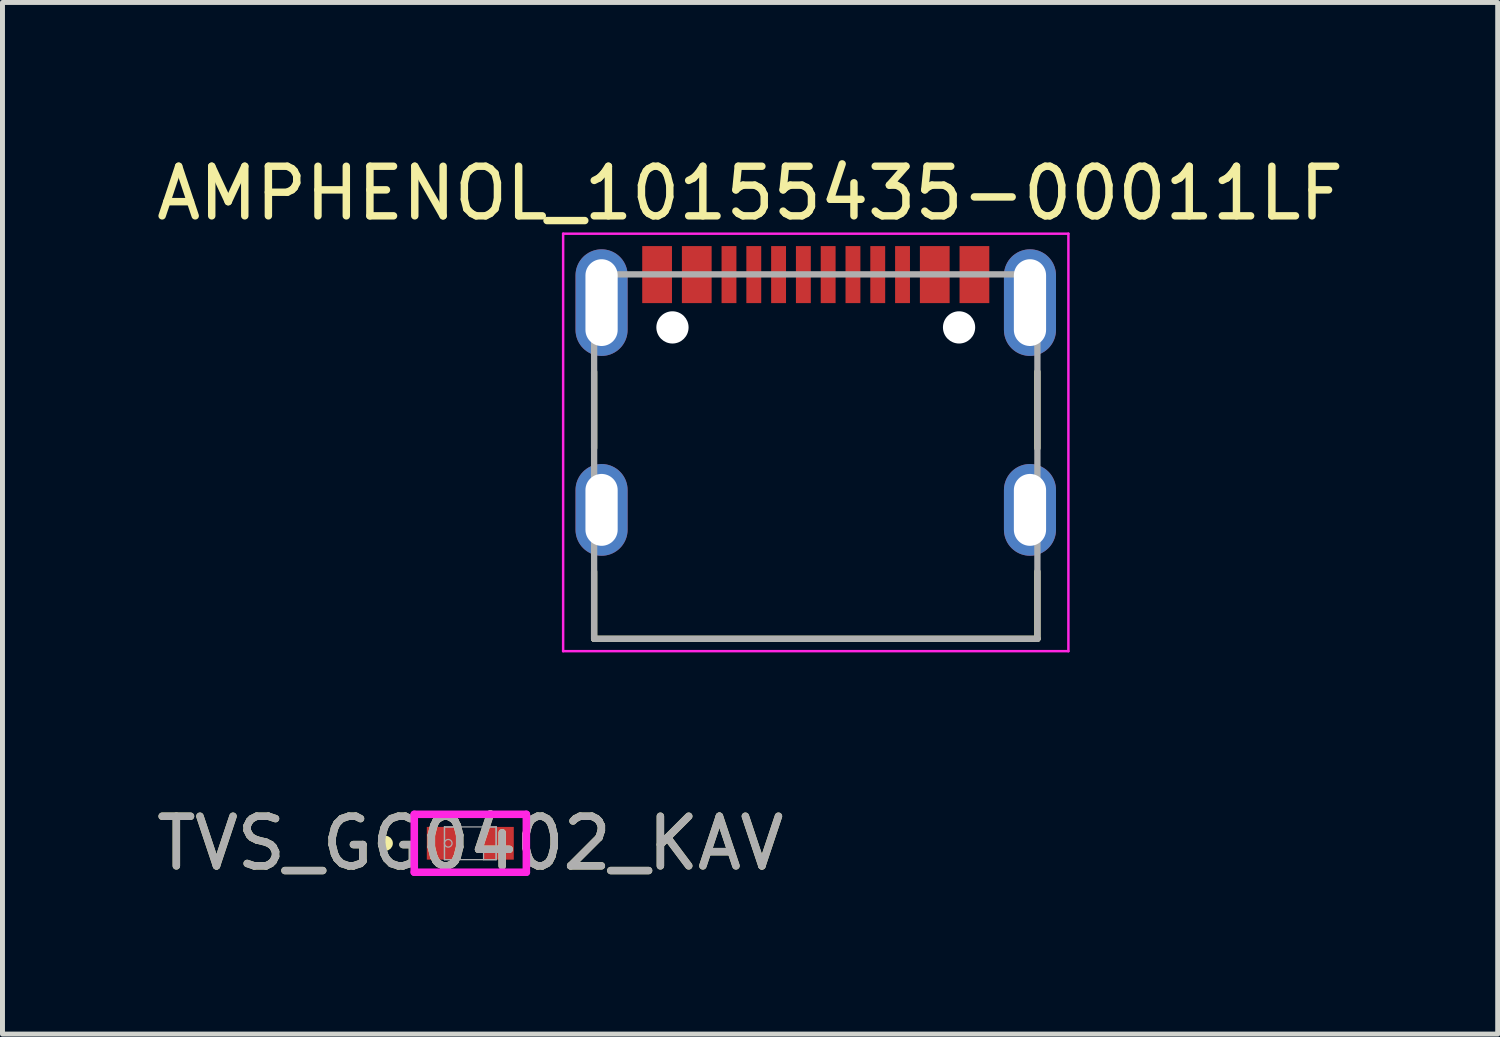
<source format=kicad_pcb>
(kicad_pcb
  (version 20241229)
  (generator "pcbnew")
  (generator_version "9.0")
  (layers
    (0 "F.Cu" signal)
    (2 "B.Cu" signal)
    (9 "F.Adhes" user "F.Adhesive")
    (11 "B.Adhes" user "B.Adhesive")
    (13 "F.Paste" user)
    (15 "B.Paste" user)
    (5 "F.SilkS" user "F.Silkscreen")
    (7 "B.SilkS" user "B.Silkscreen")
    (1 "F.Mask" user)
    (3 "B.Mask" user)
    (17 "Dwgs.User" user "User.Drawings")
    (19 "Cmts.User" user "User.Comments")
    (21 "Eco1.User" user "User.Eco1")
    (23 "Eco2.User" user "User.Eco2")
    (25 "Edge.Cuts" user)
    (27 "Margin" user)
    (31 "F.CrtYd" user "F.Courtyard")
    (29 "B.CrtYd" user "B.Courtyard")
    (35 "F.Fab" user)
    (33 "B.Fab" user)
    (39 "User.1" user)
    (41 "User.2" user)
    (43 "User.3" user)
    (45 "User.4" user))
  (footprint "TVS_GG0402_KAV"
    (layer "F.Cu")
    (at 6.435 13.957)
    (property "Reference" "TVS_GG0402_KAV" (at 0 0 0) (unlocked yes) (layer "F.SilkS") (effects (font (size 1 1) (thickness 0.15))))
    (attr smd)
    (fp_circle (center -1.714 0) (end -1.638 0) (stroke (width 0.152) (type solid)) (fill no) (layer "F.SilkS"))
    (fp_line (start -1.13 -0.584) (end 1.13 -0.584) (stroke (width 0.152) (type solid)) (layer "F.CrtYd"))
    (fp_line (start -1.13 0.584) (end -1.13 -0.584) (stroke (width 0.152) (type solid)) (layer "F.CrtYd"))
    (fp_line (start 1.13 -0.584) (end 1.13 0.584) (stroke (width 0.152) (type solid)) (layer "F.CrtYd"))
    (fp_line (start 1.13 0.584) (end -1.13 0.584) (stroke (width 0.152) (type solid)) (layer "F.CrtYd"))
    (fp_line (start -0.521 -0.33) (end -0.521 0.33) (stroke (width 0.025) (type solid)) (layer "F.Fab"))
    (fp_line (start -0.521 -0.33) (end -0.521 0.33) (stroke (width 0.025) (type solid)) (layer "F.Fab"))
    (fp_line (start -0.521 0.33) (end -0.267 0.33) (stroke (width 0.025) (type solid)) (layer "F.Fab"))
    (fp_line (start -0.521 0.33) (end 0.521 0.33) (stroke (width 0.025) (type solid)) (layer "F.Fab"))
    (fp_line (start -0.267 -0.33) (end -0.521 -0.33) (stroke (width 0.025) (type solid)) (layer "F.Fab"))
    (fp_line (start -0.267 0.33) (end -0.267 -0.33) (stroke (width 0.025) (type solid)) (layer "F.Fab"))
    (fp_line (start 0.267 -0.33) (end 0.267 0.33) (stroke (width 0.025) (type solid)) (layer "F.Fab"))
    (fp_line (start 0.267 0.33) (end 0.521 0.33) (stroke (width 0.025) (type solid)) (layer "F.Fab"))
    (fp_line (start 0.521 -0.33) (end -0.521 -0.33) (stroke (width 0.025) (type solid)) (layer "F.Fab"))
    (fp_line (start 0.521 -0.33) (end 0.267 -0.33) (stroke (width 0.025) (type solid)) (layer "F.Fab"))
    (fp_line (start 0.521 0.33) (end 0.521 -0.33) (stroke (width 0.025) (type solid)) (layer "F.Fab"))
    (fp_line (start 0.521 0.33) (end 0.521 -0.33) (stroke (width 0.025) (type solid)) (layer "F.Fab"))
    (fp_circle (center -0.445 0) (end -0.368 0) (stroke (width 0.025) (type solid)) (fill no) (layer "F.Fab"))
    (fp_text user "${REFERENCE}" (at 0 0 0) (unlocked yes) (layer "F.Fab") (effects (font (size 1 1) (thickness 0.15))))
    (pad "1" smd rect (at -0.572 0) (size 0.61 0.66) (layers "F.Cu" "F.Mask" "F.Paste"))
    (pad "2" smd rect (at 0.572 0) (size 0.61 0.66) (layers "F.Cu" "F.Mask" "F.Paste"))
    (zone (net_name "") (layer "F.Cu") (hatch full 0.508) (connect_pads) (min_thickness 0.254) (filled_areas_thickness no) (keepout (tracks not_allowed) (vias not_allowed) (pads allowed) (copperpour not_allowed) (footprints allowed)) (placement (enabled no)) (fill) (polygon (pts (xy 6.219 13.677) (xy 6.65 13.677) (xy 6.65 14.236) (xy 6.219 14.236)))))
  (footprint "AMPHENOL_10155435-00011LF"
    (layer "F.Cu")
    (at 13.402 7.233)
    (property "Reference" "AMPHENOL_10155435-00011LF" (at -1.325 -6.385 0) (layer "F.SilkS") (effects (font (size 1 1) (thickness 0.15))))
    (attr smd)
    (fp_line (start -4.47 -2.785) (end -4.47 -1.245) (stroke (width 0.127) (type solid)) (layer "F.SilkS"))
    (fp_line (start -4.47 2.6) (end -4.47 1.245) (stroke (width 0.127) (type solid)) (layer "F.SilkS"))
    (fp_line (start 4.47 -2.785) (end 4.47 -1.245) (stroke (width 0.127) (type solid)) (layer "F.SilkS"))
    (fp_line (start 4.47 2.6) (end -4.47 2.6) (stroke (width 0.127) (type solid)) (layer "F.SilkS"))
    (fp_line (start 4.47 2.6) (end 4.47 1.245) (stroke (width 0.127) (type solid)) (layer "F.SilkS"))
    (fp_line (start -5.095 -5.57) (end -5.095 2.85) (stroke (width 0.05) (type solid)) (layer "F.CrtYd"))
    (fp_line (start -5.095 2.85) (end 5.095 2.85) (stroke (width 0.05) (type solid)) (layer "F.CrtYd"))
    (fp_line (start 5.095 -5.57) (end -5.095 -5.57) (stroke (width 0.05) (type solid)) (layer "F.CrtYd"))
    (fp_line (start 5.095 2.85) (end 5.095 -5.57) (stroke (width 0.05) (type solid)) (layer "F.CrtYd"))
    (fp_line (start -4.47 -4.75) (end 4.47 -4.75) (stroke (width 0.127) (type solid)) (layer "F.Fab"))
    (fp_line (start -4.47 2.6) (end -4.47 -4.75) (stroke (width 0.127) (type solid)) (layer "F.Fab"))
    (fp_line (start 4.47 -4.75) (end 4.47 2.6) (stroke (width 0.127) (type solid)) (layer "F.Fab"))
    (fp_line (start 4.47 2.6) (end -4.47 2.6) (stroke (width 0.127) (type solid)) (layer "F.Fab"))
    (pad "" np_thru_hole circle (at -2.89 -3.68) (size 0.65 0.65) (drill 0.65) (layers "*.Cu" "*.Mask"))
    (pad "" np_thru_hole circle (at 2.89 -3.68) (size 0.65 0.65) (drill 0.65) (layers "*.Cu" "*.Mask"))
    (pad "A1_B12" smd rect (at -3.2 -4.745) (size 0.6 1.15) (layers "F.Cu" "F.Mask" "F.Paste"))
    (pad "A4_B9" smd rect (at -2.4 -4.745) (size 0.6 1.15) (layers "F.Cu" "F.Mask" "F.Paste"))
    (pad "A5" smd rect (at -1.25 -4.745) (size 0.3 1.15) (layers "F.Cu" "F.Mask" "F.Paste"))
    (pad "A6" smd rect (at -0.25 -4.745) (size 0.3 1.15) (layers "F.Cu" "F.Mask" "F.Paste"))
    (pad "A7" smd rect (at 0.25 -4.745) (size 0.3 1.15) (layers "F.Cu" "F.Mask" "F.Paste"))
    (pad "A8" smd rect (at 1.25 -4.745) (size 0.3 1.15) (layers "F.Cu" "F.Mask" "F.Paste"))
    (pad "B1_A12" smd rect (at 3.2 -4.745) (size 0.6 1.15) (layers "F.Cu" "F.Mask" "F.Paste"))
    (pad "B4_A9" smd rect (at 2.4 -4.745) (size 0.6 1.15) (layers "F.Cu" "F.Mask" "F.Paste"))
    (pad "B5" smd rect (at 1.75 -4.745) (size 0.3 1.15) (layers "F.Cu" "F.Mask" "F.Paste"))
    (pad "B6" smd rect (at 0.75 -4.745) (size 0.3 1.15) (layers "F.Cu" "F.Mask" "F.Paste"))
    (pad "B7" smd rect (at -0.75 -4.745) (size 0.3 1.15) (layers "F.Cu" "F.Mask" "F.Paste"))
    (pad "B8" smd rect (at -1.75 -4.745) (size 0.3 1.15) (layers "F.Cu" "F.Mask" "F.Paste"))
    (pad "SH1" thru_hole oval (at -4.32 -4.18) (size 1.05 2.15) (drill oval 0.65 1.75) (layers "*.Cu" "*.Mask"))
    (pad "SH2" thru_hole oval (at 4.32 -4.18) (size 1.05 2.15) (drill oval 0.65 1.75) (layers "*.Cu" "*.Mask"))
    (pad "SH3" thru_hole oval (at -4.32 0) (size 1.05 1.85) (drill oval 0.65 1.45) (layers "*.Cu" "*.Mask"))
    (pad "SH4" thru_hole oval (at 4.32 0) (size 1.05 1.85) (drill oval 0.65 1.45) (layers "*.Cu" "*.Mask")))
  (gr_rect
    (start -3 -3)
    (end 27.155 17.805)
    (stroke (width 0.1) (type default))
    (fill no)
    (layer "Edge.Cuts")))
</source>
